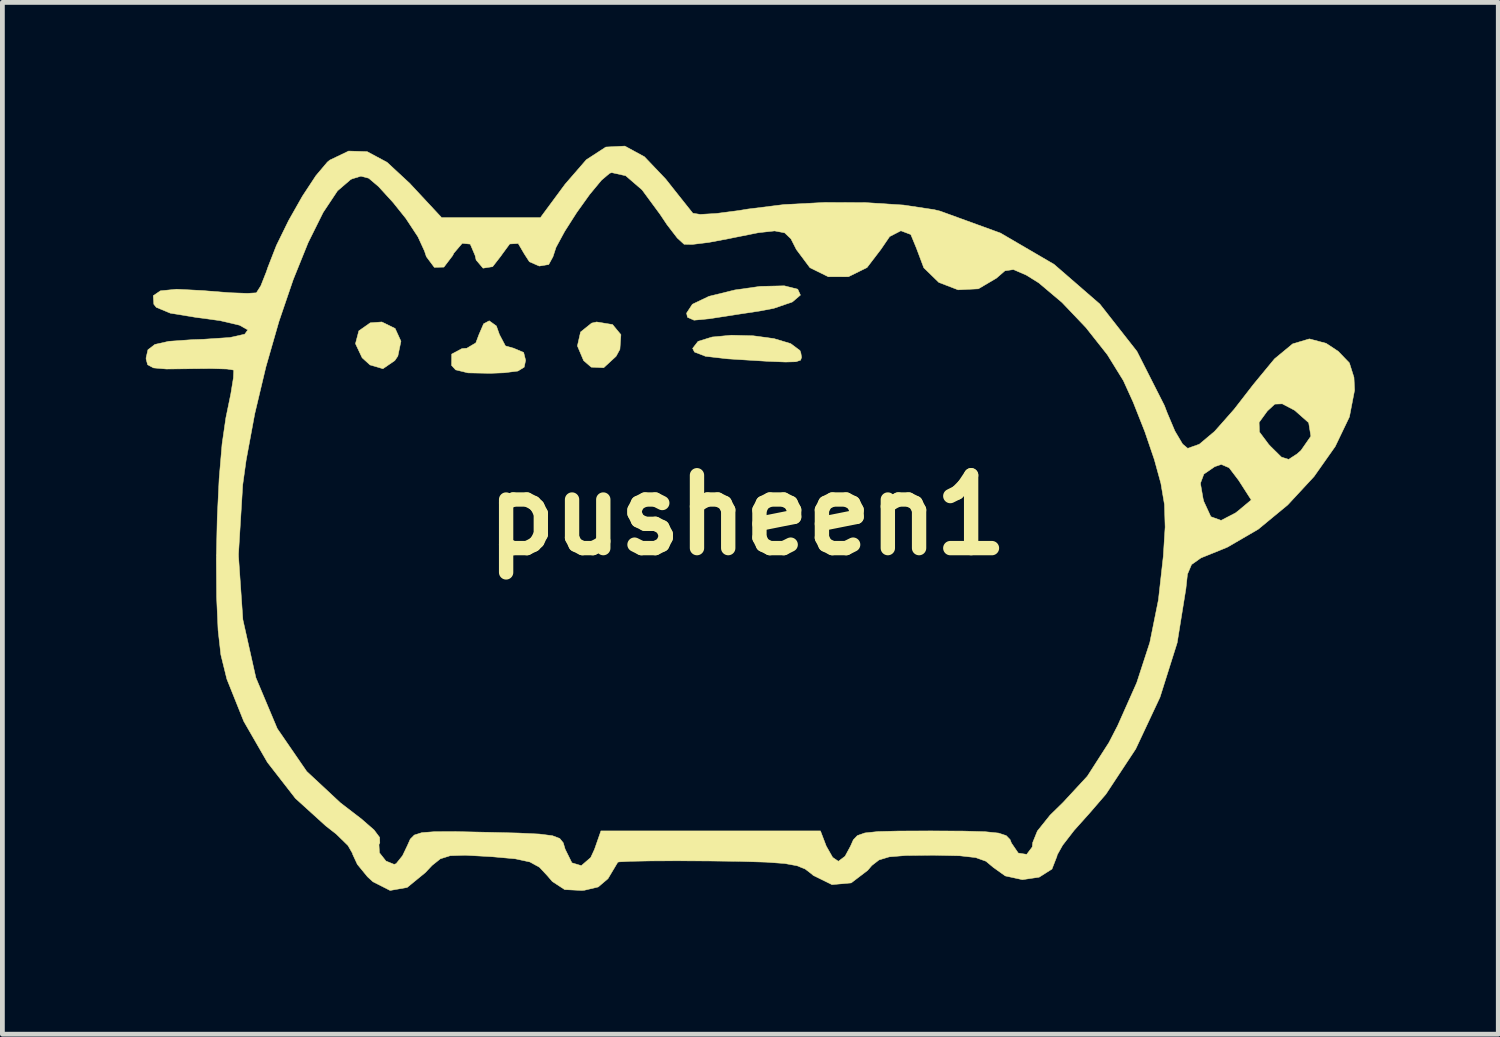
<source format=kicad_pcb>
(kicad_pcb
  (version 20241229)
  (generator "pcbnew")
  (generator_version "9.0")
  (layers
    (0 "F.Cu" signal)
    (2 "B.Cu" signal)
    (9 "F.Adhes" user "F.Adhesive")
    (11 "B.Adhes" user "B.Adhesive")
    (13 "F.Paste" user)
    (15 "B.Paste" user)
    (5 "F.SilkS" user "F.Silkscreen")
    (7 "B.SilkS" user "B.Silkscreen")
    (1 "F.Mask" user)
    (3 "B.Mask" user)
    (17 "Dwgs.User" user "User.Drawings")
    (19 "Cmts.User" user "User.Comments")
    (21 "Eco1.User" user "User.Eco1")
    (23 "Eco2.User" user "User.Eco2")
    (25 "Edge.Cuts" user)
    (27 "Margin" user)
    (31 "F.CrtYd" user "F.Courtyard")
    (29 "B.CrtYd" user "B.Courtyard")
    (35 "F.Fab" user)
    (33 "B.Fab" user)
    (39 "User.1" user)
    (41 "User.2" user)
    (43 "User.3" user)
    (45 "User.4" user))
  (footprint "pusheen1"
    (layer "F.Cu")
    (at 12.578 7.723)
    (property "Reference" "pusheen1" (at 0 0 0) (layer "F.SilkS") (effects (font (size 1.524 1.524) (thickness 0.3))))
    (attr through_hole)
    (fp_poly (pts (xy -7.365 -3.904) (xy -7.243 -3.637) (xy -7.308 -3.326) (xy -7.372 -3.232) (xy -7.62 -3.062) (xy -7.89 -3.141) (xy -8.055 -3.291) (xy -8.194 -3.586) (xy -8.124 -3.854) (xy -7.885 -4.022) (xy -7.643 -4.04) (xy -7.365 -3.904)) (stroke (width 0.01) (type solid)) (fill yes) (layer "F.SilkS"))
    (fp_poly (pts (xy -2.818 -3.986) (xy -2.643 -3.774) (xy -2.664 -3.468) (xy -2.744 -3.322) (xy -3.003 -3.083) (xy -3.264 -3.095) (xy -3.423 -3.232) (xy -3.553 -3.539) (xy -3.487 -3.83) (xy -3.255 -4.016) (xy -3.152 -4.04) (xy -2.818 -3.986)) (stroke (width 0.01) (type solid)) (fill yes) (layer "F.SilkS"))
    (fp_poly (pts (xy 1.055 -4.725) (xy 1.111 -4.602) (xy 0.942 -4.458) (xy 0.551 -4.324) (xy 0.254 -4.268) (xy -0.229 -4.195) (xy -0.704 -4.121) (xy -0.794 -4.107) (xy -1.114 -4.077) (xy -1.251 -4.138) (xy -1.27 -4.225) (xy -1.148 -4.411) (xy -0.802 -4.576) (xy -0.262 -4.709) (xy 0.268 -4.784) (xy 0.774 -4.796) (xy 1.055 -4.725)) (stroke (width 0.01) (type solid)) (fill yes) (layer "F.SilkS"))
    (fp_poly (pts (xy 0.124 -3.751) (xy 0.558 -3.692) (xy 0.906 -3.588) (xy 1.101 -3.443) (xy 1.119 -3.396) (xy 1.135 -3.302) (xy 1.115 -3.241) (xy 1.016 -3.208) (xy 0.8 -3.202) (xy 0.426 -3.217) (xy -0.147 -3.252) (xy -0.413 -3.269) (xy -0.874 -3.322) (xy -1.105 -3.411) (xy -1.143 -3.488) (xy -1.03 -3.634) (xy -0.737 -3.725) (xy -0.331 -3.763) (xy 0.124 -3.751)) (stroke (width 0.01) (type solid)) (fill yes) (layer "F.SilkS"))
    (fp_poly (pts (xy -5.247 -3.956) (xy -5.184 -3.778) (xy -5.058 -3.539) (xy -4.889 -3.492) (xy -4.677 -3.402) (xy -4.636 -3.238) (xy -4.666 -3.094) (xy -4.797 -3.014) (xy -5.086 -2.977) (xy -5.375 -2.966) (xy -5.84 -2.975) (xy -6.099 -3.038) (xy -6.184 -3.13) (xy -6.182 -3.368) (xy -5.967 -3.483) (xy -5.865 -3.491) (xy -5.677 -3.603) (xy -5.611 -3.778) (xy -5.514 -4.002) (xy -5.397 -4.064) (xy -5.247 -3.956)) (stroke (width 0.01) (type solid)) (fill yes) (layer "F.SilkS"))
    (fp_poly (pts (xy -2.151 -7.495) (xy -1.706 -7.028) (xy -1.691 -7.009) (xy -1.425 -6.673) (xy -1.221 -6.417) (xy -1.139 -6.314) (xy -0.985 -6.289) (xy -0.645 -6.309) (xy -0.182 -6.369) (xy 0.012 -6.401) (xy 0.766 -6.495) (xy 1.614 -6.539) (xy 2.475 -6.536) (xy 3.267 -6.485) (xy 3.91 -6.388) (xy 4.03 -6.359) (xy 5.295 -5.899) (xy 6.415 -5.245) (xy 7.372 -4.415) (xy 8.148 -3.426) (xy 8.723 -2.292) (xy 8.777 -2.15) (xy 8.942 -1.759) (xy 9.103 -1.487) (xy 9.21 -1.397) (xy 9.453 -1.483) (xy 9.772 -1.751) (xy 9.94 -1.94) (xy 10.703 -1.94) (xy 10.71 -1.739) (xy 10.903 -1.481) (xy 10.944 -1.437) (xy 11.17 -1.214) (xy 11.321 -1.166) (xy 11.495 -1.279) (xy 11.579 -1.353) (xy 11.786 -1.651) (xy 11.74 -1.933) (xy 11.447 -2.192) (xy 11.188 -2.328) (xy 11.032 -2.322) (xy 10.876 -2.178) (xy 10.703 -1.94) (xy 9.94 -1.94) (xy 10.183 -2.216) (xy 10.582 -2.731) (xy 11.025 -3.268) (xy 11.405 -3.582) (xy 11.755 -3.686) (xy 12.105 -3.593) (xy 12.358 -3.426) (xy 12.591 -3.184) (xy 12.687 -2.88) (xy 12.7 -2.614) (xy 12.592 -2.055) (xy 12.295 -1.436) (xy 11.851 -0.806) (xy 11.301 -0.213) (xy 10.685 0.295) (xy 10.044 0.668) (xy 9.863 0.743) (xy 9.488 0.894) (xy 9.29 1.034) (xy 9.205 1.235) (xy 9.172 1.541) (xy 8.99 2.669) (xy 8.63 3.81) (xy 8.123 4.89) (xy 7.5 5.835) (xy 7.162 6.227) (xy 6.836 6.591) (xy 6.594 6.904) (xy 6.48 7.107) (xy 6.477 7.13) (xy 6.371 7.402) (xy 6.104 7.571) (xy 5.753 7.623) (xy 5.395 7.545) (xy 5.144 7.366) (xy 4.991 7.238) (xy 4.776 7.161) (xy 4.438 7.123) (xy 3.916 7.112) (xy 3.84 7.112) (xy 3.309 7.118) (xy 2.968 7.146) (xy 2.754 7.211) (xy 2.603 7.328) (xy 2.517 7.429) (xy 2.173 7.691) (xy 1.771 7.727) (xy 1.379 7.534) (xy 1.339 7.499) (xy 1.211 7.401) (xy 1.04 7.332) (xy 0.783 7.285) (xy 0.395 7.257) (xy -0.166 7.24) (xy -0.805 7.232) (xy -1.465 7.229) (xy -2.028 7.231) (xy -2.446 7.239) (xy -2.677 7.251) (xy -2.708 7.258) (xy -2.914 7.603) (xy -3.118 7.776) (xy -3.405 7.844) (xy -3.459 7.849) (xy -3.819 7.831) (xy -4.078 7.661) (xy -4.178 7.544) (xy -4.346 7.364) (xy -4.547 7.253) (xy -4.851 7.187) (xy -5.329 7.144) (xy -5.409 7.139) (xy -5.901 7.112) (xy -6.213 7.122) (xy -6.419 7.187) (xy -6.593 7.326) (xy -6.734 7.476) (xy -7.113 7.786) (xy -7.47 7.849) (xy -7.83 7.666) (xy -7.943 7.562) (xy -8.155 7.303) (xy -8.254 7.09) (xy -8.255 7.076) (xy -8.351 6.909) (xy -8.598 6.668) (xy -8.816 6.498) (xy -9.45 5.923) (xy -10.036 5.169) (xy -10.53 4.312) (xy -10.884 3.428) (xy -11.009 2.921) (xy -11.067 2.408) (xy -11.098 1.713) (xy -11.104 0.906) (xy -11.102 0.835) (xy -10.642 0.835) (xy -10.549 2.185) (xy -10.277 3.4) (xy -9.83 4.463) (xy -9.214 5.359) (xy -8.509 6.016) (xy -8.069 6.354) (xy -7.806 6.583) (xy -7.689 6.739) (xy -7.685 6.854) (xy -7.703 6.889) (xy -7.693 7.061) (xy -7.556 7.234) (xy -7.386 7.303) (xy -7.344 7.289) (xy -7.21 7.122) (xy -7.106 6.905) (xy -7.049 6.776) (xy -6.964 6.69) (xy -6.807 6.64) (xy -6.532 6.619) (xy -6.093 6.618) (xy -5.447 6.632) (xy -5.436 6.632) (xy -4.787 6.648) (xy -4.348 6.669) (xy -4.074 6.704) (xy -3.923 6.761) (xy -3.849 6.852) (xy -3.81 6.984) (xy -3.668 7.271) (xy -3.471 7.33) (xy -3.275 7.161) (xy -3.196 6.991) (xy -3.061 6.604) (xy 1.53 6.604) (xy 1.651 6.921) (xy 1.785 7.157) (xy 1.905 7.239) (xy 2.044 7.134) (xy 2.159 6.921) (xy 2.217 6.79) (xy 2.302 6.701) (xy 2.459 6.646) (xy 2.733 6.617) (xy 3.168 6.606) (xy 3.81 6.604) (xy 3.862 6.604) (xy 4.522 6.607) (xy 4.972 6.62) (xy 5.255 6.649) (xy 5.415 6.702) (xy 5.495 6.784) (xy 5.524 6.858) (xy 5.667 7.067) (xy 5.843 7.094) (xy 5.959 6.939) (xy 5.969 6.846) (xy 6.066 6.606) (xy 6.332 6.274) (xy 6.603 6.009) (xy 7.111 5.46) (xy 7.562 4.757) (xy 7.745 4.402) (xy 8.144 3.505) (xy 8.418 2.663) (xy 8.598 1.77) (xy 8.7 0.857) (xy 8.738 0.249) (xy 8.724 -0.222) (xy 8.649 -0.666) (xy 9.476 -0.666) (xy 9.532 -0.344) (xy 9.547 -0.286) (xy 9.694 0.032) (xy 9.908 0.11) (xy 10.211 -0.047) (xy 10.272 -0.095) (xy 10.539 -0.318) (xy 10.275 -0.729) (xy 10.076 -0.991) (xy 9.912 -1.061) (xy 9.775 -1.014) (xy 9.548 -0.858) (xy 9.476 -0.666) (xy 8.649 -0.666) (xy 8.649 -0.666) (xy 8.512 -1.163) (xy 8.312 -1.75) (xy 8.07 -2.362) (xy 7.865 -2.813) (xy 7.53 -3.355) (xy 7.081 -3.923) (xy 6.582 -4.447) (xy 6.096 -4.857) (xy 5.838 -5.018) (xy 5.566 -5.136) (xy 5.388 -5.11) (xy 5.209 -4.955) (xy 4.832 -4.733) (xy 4.408 -4.712) (xy 4.005 -4.867) (xy 3.691 -5.173) (xy 3.535 -5.588) (xy 3.419 -5.869) (xy 3.212 -5.947) (xy 2.977 -5.826) (xy 2.794 -5.558) (xy 2.503 -5.177) (xy 2.115 -4.986) (xy 1.695 -4.985) (xy 1.31 -5.175) (xy 1.026 -5.555) (xy 1.025 -5.557) (xy 0.913 -5.778) (xy 0.781 -5.904) (xy 0.572 -5.944) (xy 0.233 -5.907) (xy -0.292 -5.802) (xy -0.369 -5.786) (xy -0.808 -5.703) (xy -1.154 -5.661) (xy -1.322 -5.665) (xy -1.464 -5.795) (xy -1.678 -6.073) (xy -1.823 -6.29) (xy -2.201 -6.803) (xy -2.543 -7.098) (xy -2.835 -7.163) (xy -2.878 -7.15) (xy -3.05 -7.004) (xy -3.297 -6.706) (xy -3.569 -6.326) (xy -3.819 -5.934) (xy -4 -5.6) (xy -4.064 -5.404) (xy -4.153 -5.241) (xy -4.351 -5.209) (xy -4.557 -5.299) (xy -4.662 -5.461) (xy -4.791 -5.681) (xy -4.969 -5.671) (xy -5.143 -5.434) (xy -5.145 -5.429) (xy -5.326 -5.196) (xy -5.526 -5.165) (xy -5.671 -5.336) (xy -5.692 -5.429) (xy -5.794 -5.668) (xy -5.961 -5.685) (xy -6.137 -5.479) (xy -6.161 -5.429) (xy -6.345 -5.187) (xy -6.545 -5.182) (xy -6.712 -5.406) (xy -6.751 -5.524) (xy -6.887 -5.82) (xy -7.141 -6.206) (xy -7.407 -6.538) (xy -7.713 -6.873) (xy -7.917 -7.046) (xy -8.08 -7.089) (xy -8.261 -7.034) (xy -8.294 -7.019) (xy -8.57 -6.782) (xy -8.871 -6.329) (xy -9.184 -5.699) (xy -9.496 -4.926) (xy -9.795 -4.049) (xy -10.067 -3.102) (xy -10.3 -2.123) (xy -10.481 -1.147) (xy -10.552 -0.635) (xy -10.642 0.835) (xy -11.102 0.835) (xy -11.085 0.057) (xy -11.045 -0.764) (xy -10.984 -1.485) (xy -10.904 -2.038) (xy -10.892 -2.095) (xy -10.801 -2.537) (xy -10.747 -2.871) (xy -10.74 -3.03) (xy -10.742 -3.034) (xy -10.882 -3.056) (xy -11.208 -3.066) (xy -11.651 -3.062) (xy -11.681 -3.061) (xy -12.149 -3.056) (xy -12.417 -3.079) (xy -12.54 -3.144) (xy -12.573 -3.265) (xy -12.573 -3.289) (xy -12.534 -3.459) (xy -12.389 -3.57) (xy -12.094 -3.636) (xy -11.604 -3.67) (xy -11.374 -3.678) (xy -10.819 -3.715) (xy -10.511 -3.784) (xy -10.445 -3.874) (xy -10.618 -3.972) (xy -11.027 -4.068) (xy -11.531 -4.136) (xy -12.067 -4.224) (xy -12.36 -4.346) (xy -12.411 -4.41) (xy -12.423 -4.589) (xy -12.274 -4.691) (xy -11.935 -4.725) (xy -11.38 -4.696) (xy -11.275 -4.687) (xy -10.813 -4.651) (xy -10.455 -4.638) (xy -10.271 -4.649) (xy -10.265 -4.652) (xy -10.174 -4.795) (xy -10.058 -5.088) (xy -10.028 -5.177) (xy -9.848 -5.639) (xy -9.593 -6.16) (xy -9.304 -6.67) (xy -9.021 -7.1) (xy -8.782 -7.383) (xy -8.731 -7.425) (xy -8.337 -7.614) (xy -7.95 -7.602) (xy -7.534 -7.379) (xy -7.053 -6.933) (xy -7.043 -6.921) (xy -6.393 -6.223) (xy -5.36 -6.223) (xy -4.326 -6.223) (xy -3.811 -6.92) (xy -3.367 -7.432) (xy -2.958 -7.698) (xy -2.561 -7.718) (xy -2.151 -7.495)) (stroke (width 0.01) (type solid)) (fill yes) (layer "F.SilkS")))
  (gr_rect
    (start -3 -3)
    (end 28.283 18.578)
    (stroke (width 0.1) (type default))
    (fill no)
    (layer "Edge.Cuts")))
</source>
